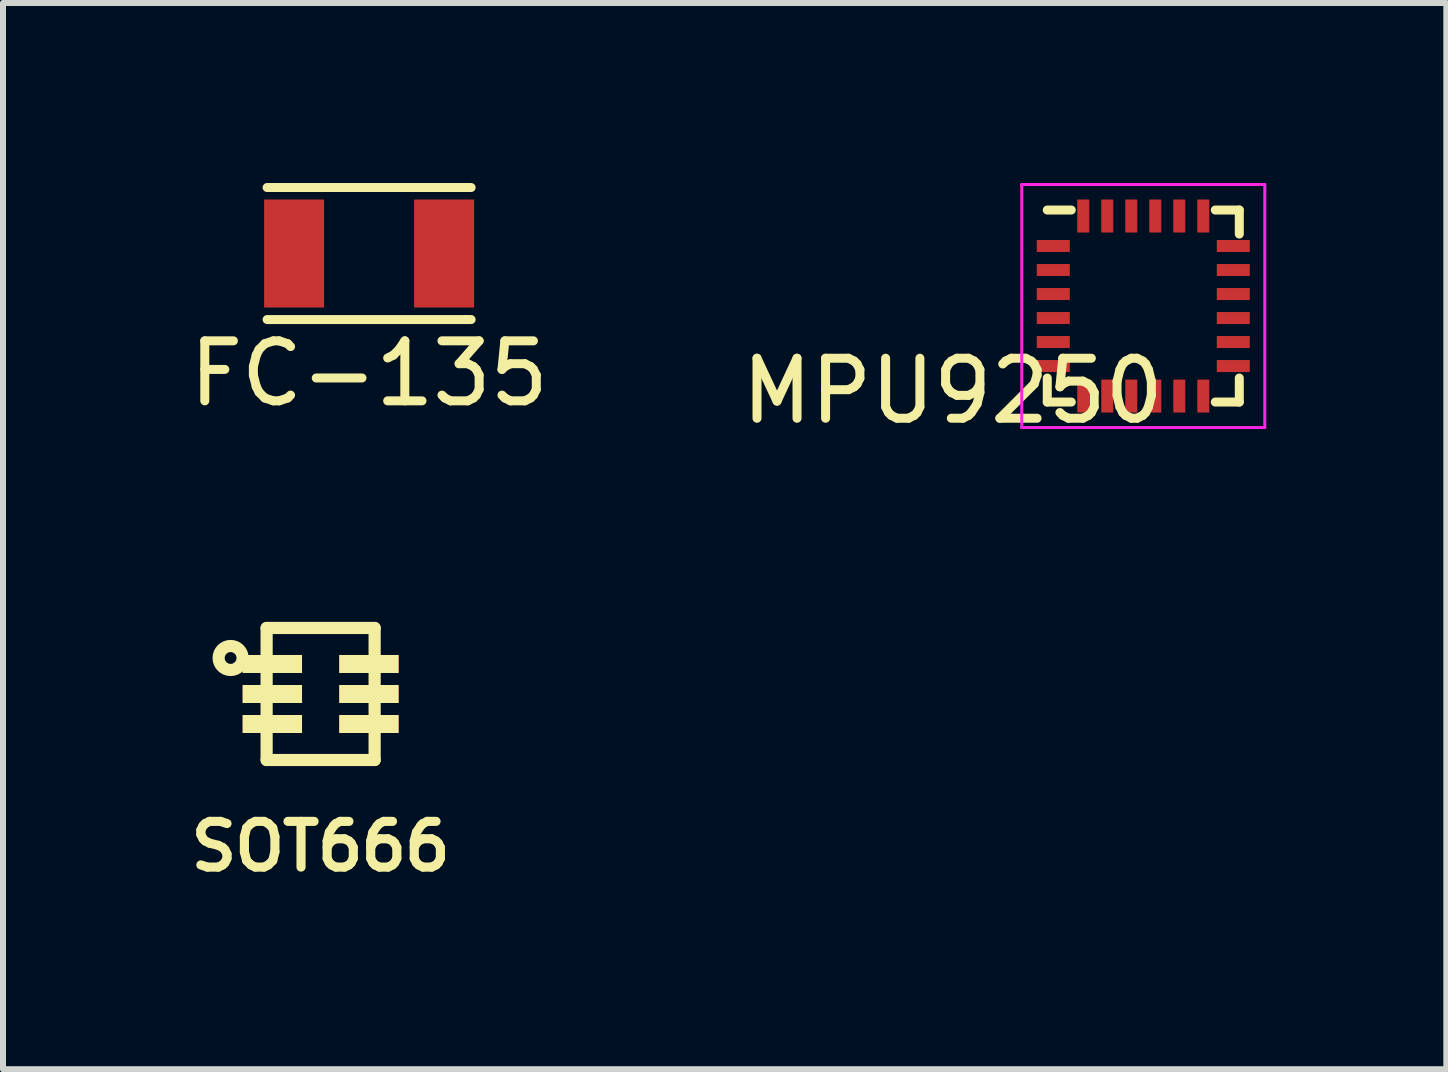
<source format=kicad_pcb>
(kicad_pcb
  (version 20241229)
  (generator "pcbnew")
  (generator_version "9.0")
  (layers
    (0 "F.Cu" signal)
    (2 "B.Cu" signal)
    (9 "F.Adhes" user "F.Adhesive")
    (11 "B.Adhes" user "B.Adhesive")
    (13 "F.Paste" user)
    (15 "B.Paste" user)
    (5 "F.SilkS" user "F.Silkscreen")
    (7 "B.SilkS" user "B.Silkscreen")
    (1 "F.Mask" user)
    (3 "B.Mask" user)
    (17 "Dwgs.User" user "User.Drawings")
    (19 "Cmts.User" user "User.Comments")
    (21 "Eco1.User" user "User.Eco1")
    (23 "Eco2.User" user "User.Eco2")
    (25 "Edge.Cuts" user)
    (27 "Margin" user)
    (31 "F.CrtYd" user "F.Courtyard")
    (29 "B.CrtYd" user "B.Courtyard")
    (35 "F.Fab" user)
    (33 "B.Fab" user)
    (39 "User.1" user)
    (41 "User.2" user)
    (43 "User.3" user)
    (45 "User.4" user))
  (footprint "MPU9250"
    (layer "F.Cu")
    (at 16.002 2.05)
    (property "Reference" "MPU9250" (at -3.175 1.415 0) (layer "F.SilkS") (effects (font (size 1 1) (thickness 0.15))))
    (attr smd)
    (fp_line (start -1.6 -1.6) (end -1.2 -1.6) (stroke (width 0.15) (type solid)) (layer "F.SilkS"))
    (fp_line (start -1.6 1.6) (end -1.6 1.2) (stroke (width 0.15) (type solid)) (layer "F.SilkS"))
    (fp_line (start -1.6 1.6) (end -1.2 1.6) (stroke (width 0.15) (type solid)) (layer "F.SilkS"))
    (fp_line (start 1.6 -1.6) (end 1.2 -1.6) (stroke (width 0.15) (type solid)) (layer "F.SilkS"))
    (fp_line (start 1.6 -1.6) (end 1.6 -1.2) (stroke (width 0.15) (type solid)) (layer "F.SilkS"))
    (fp_line (start 1.6 1.6) (end 1.2 1.6) (stroke (width 0.15) (type solid)) (layer "F.SilkS"))
    (fp_line (start 1.6 1.6) (end 1.6 1.2) (stroke (width 0.15) (type solid)) (layer "F.SilkS"))
    (fp_line (start -2.025 -2.025) (end 2.025 -2.025) (stroke (width 0.05) (type solid)) (layer "F.CrtYd"))
    (fp_line (start -2.025 2.025) (end -2.025 -2.025) (stroke (width 0.05) (type solid)) (layer "F.CrtYd"))
    (fp_line (start 2.025 -2.025) (end 2.025 2.025) (stroke (width 0.05) (type solid)) (layer "F.CrtYd"))
    (fp_line (start 2.025 2.025) (end -2.025 2.025) (stroke (width 0.05) (type solid)) (layer "F.CrtYd"))
    (pad "1" smd rect (at -1.5 -1) (size 0.55 0.2) (layers "F.Cu" "F.Mask" "F.Paste"))
    (pad "2" smd rect (at -1.5 -0.6) (size 0.55 0.2) (layers "F.Cu" "F.Mask" "F.Paste"))
    (pad "3" smd rect (at -1.5 -0.2) (size 0.55 0.2) (layers "F.Cu" "F.Mask" "F.Paste"))
    (pad "4" smd rect (at -1.5 0.2) (size 0.55 0.2) (layers "F.Cu" "F.Mask" "F.Paste"))
    (pad "5" smd rect (at -1.5 0.6) (size 0.55 0.2) (layers "F.Cu" "F.Mask" "F.Paste"))
    (pad "6" smd rect (at -1.5 1) (size 0.55 0.2) (layers "F.Cu" "F.Mask" "F.Paste"))
    (pad "7" smd rect (at -1 1.5 90) (size 0.55 0.2) (layers "F.Cu" "F.Mask" "F.Paste"))
    (pad "8" smd rect (at -0.6 1.5 90) (size 0.55 0.2) (layers "F.Cu" "F.Mask" "F.Paste"))
    (pad "9" smd rect (at -0.2 1.5 90) (size 0.55 0.2) (layers "F.Cu" "F.Mask" "F.Paste"))
    (pad "10" smd rect (at 0.2 1.5 90) (size 0.55 0.2) (layers "F.Cu" "F.Mask" "F.Paste"))
    (pad "11" smd rect (at 0.6 1.5 90) (size 0.55 0.2) (layers "F.Cu" "F.Mask" "F.Paste"))
    (pad "12" smd rect (at 1 1.5 90) (size 0.55 0.2) (layers "F.Cu" "F.Mask" "F.Paste"))
    (pad "13" smd rect (at 1.5 1) (size 0.55 0.2) (layers "F.Cu" "F.Mask" "F.Paste"))
    (pad "14" smd rect (at 1.5 0.6) (size 0.55 0.2) (layers "F.Cu" "F.Mask" "F.Paste"))
    (pad "15" smd rect (at 1.5 0.2) (size 0.55 0.2) (layers "F.Cu" "F.Mask" "F.Paste"))
    (pad "16" smd rect (at 1.5 -0.2) (size 0.55 0.2) (layers "F.Cu" "F.Mask" "F.Paste"))
    (pad "17" smd rect (at 1.5 -0.6) (size 0.55 0.2) (layers "F.Cu" "F.Mask" "F.Paste"))
    (pad "18" smd rect (at 1.5 -1) (size 0.55 0.2) (layers "F.Cu" "F.Mask" "F.Paste"))
    (pad "19" smd rect (at 1 -1.5 90) (size 0.55 0.2) (layers "F.Cu" "F.Mask" "F.Paste"))
    (pad "20" smd rect (at 0.6 -1.5 90) (size 0.55 0.2) (layers "F.Cu" "F.Mask" "F.Paste"))
    (pad "21" smd rect (at 0.2 -1.5 90) (size 0.55 0.2) (layers "F.Cu" "F.Mask" "F.Paste"))
    (pad "22" smd rect (at -0.2 -1.5 90) (size 0.55 0.2) (layers "F.Cu" "F.Mask" "F.Paste"))
    (pad "23" smd rect (at -0.6 -1.5 90) (size 0.55 0.2) (layers "F.Cu" "F.Mask" "F.Paste"))
    (pad "24" smd rect (at -1 -1.5 90) (size 0.55 0.2) (layers "F.Cu" "F.Mask" "F.Paste")))
  (footprint "SOT666"
    (layer "F.Cu")
    (at 2.293 8.515)
    (property "Reference" "SOT666" (at 0 2.54 0) (layer "F.SilkS") (effects (font (size 0.762 0.762) (thickness 0.152))))
    (attr smd)
    (fp_line (start -0.9 -1.1) (end -0.9 1.1) (stroke (width 0.203) (type solid)) (layer "F.SilkS"))
    (fp_line (start -0.9 1.1) (end 0.9 1.1) (stroke (width 0.203) (type solid)) (layer "F.SilkS"))
    (fp_line (start 0.9 -1.1) (end -0.9 -1.1) (stroke (width 0.203) (type solid)) (layer "F.SilkS"))
    (fp_line (start 0.9 1.1) (end 0.9 -1.1) (stroke (width 0.203) (type solid)) (layer "F.SilkS"))
    (fp_circle (center -1.5 -0.6) (end -1.5 -0.8) (stroke (width 0.203) (type solid)) (fill no) (layer "F.SilkS"))
    (pad "1" smd rect (at -0.805 -0.5) (size 0.99 0.3) (layers "F.Cu" "F.Mask" "F.SilkS" "F.Paste"))
    (pad "2" smd rect (at -0.805 0) (size 0.99 0.3) (layers "F.Cu" "F.Mask" "F.SilkS" "F.Paste"))
    (pad "3" smd rect (at -0.805 0.5) (size 0.99 0.3) (layers "F.Cu" "F.Mask" "F.SilkS" "F.Paste"))
    (pad "4" smd rect (at 0.805 0.5) (size 0.99 0.3) (layers "F.Cu" "F.Mask" "F.SilkS" "F.Paste"))
    (pad "5" smd rect (at 0.805 0) (size 0.99 0.3) (layers "F.Cu" "F.Mask" "F.SilkS" "F.Paste"))
    (pad "6" smd rect (at 0.805 -0.5) (size 0.99 0.3) (layers "F.Cu" "F.Mask" "F.SilkS" "F.Paste")))
  (footprint "FC-135"
    (layer "F.Cu")
    (at 3.101 1.175)
    (property "Reference" "FC-135" (at 0 2 0) (layer "F.SilkS") (effects (font (size 1 1) (thickness 0.15))))
    (attr through_hole)
    (fp_line (start -1.7 -1.1) (end 1.6 -1.1) (stroke (width 0.15) (type solid)) (layer "F.SilkS"))
    (fp_line (start -1.7 1.1) (end 1.6 1.1) (stroke (width 0.15) (type solid)) (layer "F.SilkS"))
    (fp_line (start 1.6 -1.1) (end 1.7 -1.1) (stroke (width 0.15) (type solid)) (layer "F.SilkS"))
    (fp_line (start 1.6 1.1) (end 1.7 1.1) (stroke (width 0.15) (type solid)) (layer "F.SilkS"))
    (pad "1" smd rect (at -1.25 0) (size 1 1.8) (layers "F.Cu" "F.Mask" "F.Paste"))
    (pad "2" smd rect (at 1.25 0) (size 1 1.8) (layers "F.Cu" "F.Mask" "F.Paste")))
  (gr_rect
    (start -3 -3)
    (end 21.052 14.768)
    (stroke (width 0.1) (type default))
    (fill no)
    (layer "Edge.Cuts")))
</source>
